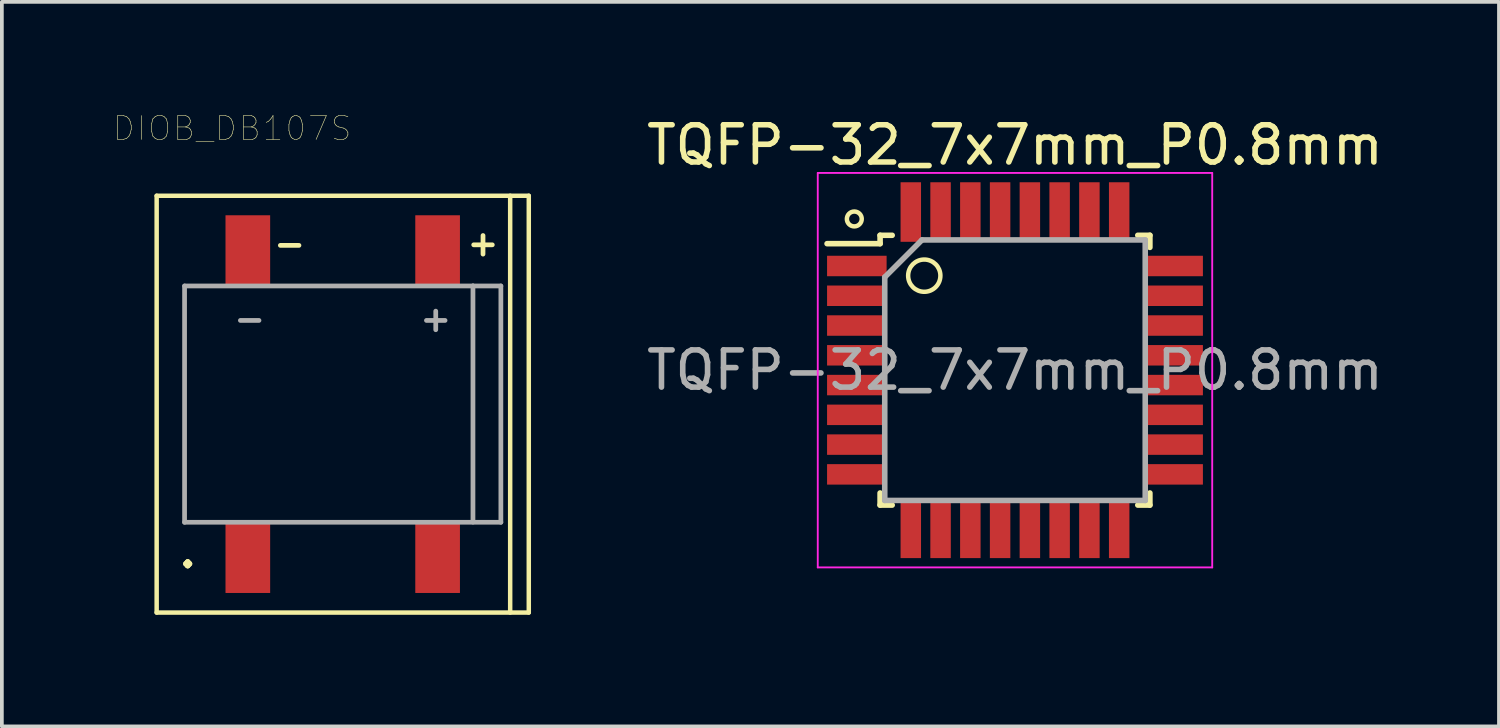
<source format=kicad_pcb>
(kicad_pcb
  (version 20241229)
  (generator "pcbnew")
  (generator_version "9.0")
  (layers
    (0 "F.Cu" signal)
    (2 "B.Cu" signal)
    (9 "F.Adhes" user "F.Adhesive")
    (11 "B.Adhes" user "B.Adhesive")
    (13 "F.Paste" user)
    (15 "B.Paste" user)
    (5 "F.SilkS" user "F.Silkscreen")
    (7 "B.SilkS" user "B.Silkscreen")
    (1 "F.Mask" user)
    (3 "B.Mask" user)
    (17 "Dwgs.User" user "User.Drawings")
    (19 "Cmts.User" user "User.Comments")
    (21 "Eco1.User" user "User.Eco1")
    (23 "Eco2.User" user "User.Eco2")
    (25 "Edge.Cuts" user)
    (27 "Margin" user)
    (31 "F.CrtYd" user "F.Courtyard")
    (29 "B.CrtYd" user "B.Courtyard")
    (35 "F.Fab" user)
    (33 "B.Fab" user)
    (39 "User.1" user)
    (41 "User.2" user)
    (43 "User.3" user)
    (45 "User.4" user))
  (footprint "TQFP-32_7x7mm_P0.8mm"
    (layer "F.Cu")
    (at 24.226 6.898)
    (property "Reference" "TQFP-32_7x7mm_P0.8mm" (at 0 -6.05 0) (layer "F.SilkS") (effects (font (size 1 1) (thickness 0.15))))
    (attr smd)
    (fp_line (start -3.625 -3.625) (end -3.625 -3.4) (stroke (width 0.15) (type solid)) (layer "F.SilkS"))
    (fp_line (start -3.625 -3.625) (end -3.3 -3.625) (stroke (width 0.15) (type solid)) (layer "F.SilkS"))
    (fp_line (start -3.625 -3.4) (end -5.05 -3.4) (stroke (width 0.15) (type solid)) (layer "F.SilkS"))
    (fp_line (start -3.625 3.625) (end -3.625 3.3) (stroke (width 0.15) (type solid)) (layer "F.SilkS"))
    (fp_line (start -3.625 3.625) (end -3.3 3.625) (stroke (width 0.15) (type solid)) (layer "F.SilkS"))
    (fp_line (start 3.625 -3.625) (end 3.3 -3.625) (stroke (width 0.15) (type solid)) (layer "F.SilkS"))
    (fp_line (start 3.625 -3.625) (end 3.625 -3.3) (stroke (width 0.15) (type solid)) (layer "F.SilkS"))
    (fp_line (start 3.625 3.625) (end 3.3 3.625) (stroke (width 0.15) (type solid)) (layer "F.SilkS"))
    (fp_line (start 3.625 3.625) (end 3.625 3.3) (stroke (width 0.15) (type solid)) (layer "F.SilkS"))
    (fp_circle (center -4.318 -4.064) (end -4.118 -4.064) (stroke (width 0.12) (type solid)) (fill no) (layer "F.SilkS"))
    (fp_circle (center -2.438 -2.54) (end -2.032 -2.692) (stroke (width 0.12) (type solid)) (fill no) (layer "F.SilkS"))
    (fp_line (start -5.3 -5.3) (end -5.3 5.3) (stroke (width 0.05) (type solid)) (layer "F.CrtYd"))
    (fp_line (start -5.3 -5.3) (end 5.3 -5.3) (stroke (width 0.05) (type solid)) (layer "F.CrtYd"))
    (fp_line (start -5.3 5.3) (end 5.3 5.3) (stroke (width 0.05) (type solid)) (layer "F.CrtYd"))
    (fp_line (start 5.3 -5.3) (end 5.3 5.3) (stroke (width 0.05) (type solid)) (layer "F.CrtYd"))
    (fp_line (start -3.5 -2.5) (end -2.5 -3.5) (stroke (width 0.15) (type solid)) (layer "F.Fab"))
    (fp_line (start -3.5 3.5) (end -3.5 -2.5) (stroke (width 0.15) (type solid)) (layer "F.Fab"))
    (fp_line (start -2.5 -3.5) (end 3.5 -3.5) (stroke (width 0.15) (type solid)) (layer "F.Fab"))
    (fp_line (start 3.5 -3.5) (end 3.5 3.5) (stroke (width 0.15) (type solid)) (layer "F.Fab"))
    (fp_line (start 3.5 3.5) (end -3.5 3.5) (stroke (width 0.15) (type solid)) (layer "F.Fab"))
    (fp_text user "${REFERENCE}" (at 0 0 0) (layer "F.Fab") (effects (font (size 1 1) (thickness 0.15))))
    (pad "1" smd rect (at -4.25 -2.8) (size 1.6 0.55) (layers "F.Cu" "F.Mask" "F.Paste"))
    (pad "2" smd rect (at -4.25 -2) (size 1.6 0.55) (layers "F.Cu" "F.Mask" "F.Paste"))
    (pad "3" smd rect (at -4.25 -1.2) (size 1.6 0.55) (layers "F.Cu" "F.Mask" "F.Paste"))
    (pad "4" smd rect (at -4.25 -0.4) (size 1.6 0.55) (layers "F.Cu" "F.Mask" "F.Paste"))
    (pad "5" smd rect (at -4.25 0.4) (size 1.6 0.55) (layers "F.Cu" "F.Mask" "F.Paste"))
    (pad "6" smd rect (at -4.25 1.2) (size 1.6 0.55) (layers "F.Cu" "F.Mask" "F.Paste"))
    (pad "7" smd rect (at -4.25 2) (size 1.6 0.55) (layers "F.Cu" "F.Mask" "F.Paste"))
    (pad "8" smd rect (at -4.25 2.8) (size 1.6 0.55) (layers "F.Cu" "F.Mask" "F.Paste"))
    (pad "9" smd rect (at -2.8 4.25 90) (size 1.6 0.55) (layers "F.Cu" "F.Mask" "F.Paste"))
    (pad "10" smd rect (at -2 4.25 90) (size 1.6 0.55) (layers "F.Cu" "F.Mask" "F.Paste"))
    (pad "11" smd rect (at -1.2 4.25 90) (size 1.6 0.55) (layers "F.Cu" "F.Mask" "F.Paste"))
    (pad "12" smd rect (at -0.4 4.25 90) (size 1.6 0.55) (layers "F.Cu" "F.Mask" "F.Paste"))
    (pad "13" smd rect (at 0.4 4.25 90) (size 1.6 0.55) (layers "F.Cu" "F.Mask" "F.Paste"))
    (pad "14" smd rect (at 1.2 4.25 90) (size 1.6 0.55) (layers "F.Cu" "F.Mask" "F.Paste"))
    (pad "15" smd rect (at 2 4.25 90) (size 1.6 0.55) (layers "F.Cu" "F.Mask" "F.Paste"))
    (pad "16" smd rect (at 2.8 4.25 90) (size 1.6 0.55) (layers "F.Cu" "F.Mask" "F.Paste"))
    (pad "17" smd rect (at 4.25 2.8) (size 1.6 0.55) (layers "F.Cu" "F.Mask" "F.Paste"))
    (pad "18" smd rect (at 4.25 2) (size 1.6 0.55) (layers "F.Cu" "F.Mask" "F.Paste"))
    (pad "19" smd rect (at 4.25 1.2) (size 1.6 0.55) (layers "F.Cu" "F.Mask" "F.Paste"))
    (pad "20" smd rect (at 4.25 0.4) (size 1.6 0.55) (layers "F.Cu" "F.Mask" "F.Paste"))
    (pad "21" smd rect (at 4.25 -0.4) (size 1.6 0.55) (layers "F.Cu" "F.Mask" "F.Paste"))
    (pad "22" smd rect (at 4.25 -1.2) (size 1.6 0.55) (layers "F.Cu" "F.Mask" "F.Paste"))
    (pad "23" smd rect (at 4.25 -2) (size 1.6 0.55) (layers "F.Cu" "F.Mask" "F.Paste"))
    (pad "24" smd rect (at 4.25 -2.8) (size 1.6 0.55) (layers "F.Cu" "F.Mask" "F.Paste"))
    (pad "25" smd rect (at 2.8 -4.25 90) (size 1.6 0.55) (layers "F.Cu" "F.Mask" "F.Paste"))
    (pad "26" smd rect (at 2 -4.25 90) (size 1.6 0.55) (layers "F.Cu" "F.Mask" "F.Paste"))
    (pad "27" smd rect (at 1.2 -4.25 90) (size 1.6 0.55) (layers "F.Cu" "F.Mask" "F.Paste"))
    (pad "28" smd rect (at 0.4 -4.25 90) (size 1.6 0.55) (layers "F.Cu" "F.Mask" "F.Paste"))
    (pad "29" smd rect (at -0.4 -4.25 90) (size 1.6 0.55) (layers "F.Cu" "F.Mask" "F.Paste"))
    (pad "30" smd rect (at -1.2 -4.25 90) (size 1.6 0.55) (layers "F.Cu" "F.Mask" "F.Paste"))
    (pad "31" smd rect (at -2 -4.25 90) (size 1.6 0.55) (layers "F.Cu" "F.Mask" "F.Paste"))
    (pad "32" smd rect (at -2.8 -4.25 90) (size 1.6 0.55) (layers "F.Cu" "F.Mask" "F.Paste")))
  (footprint "DIOB_DB107S"
    (layer "F.Cu")
    (at 6.16 7.811)
    (property "Reference" "DIOB_DB107S" (at -2.97 -7.41 0) (layer "F.SilkS") (effects (font (size 0.64 0.64) (thickness 0.015))))
    (attr through_hole)
    (fp_line (start -5 -5.6) (end 5 -5.6) (stroke (width 0.12) (type solid)) (layer "F.SilkS"))
    (fp_line (start -5 5.6) (end -5 -5.6) (stroke (width 0.12) (type solid)) (layer "F.SilkS"))
    (fp_line (start -1.676 -4.267) (end -1.176 -4.267) (stroke (width 0.127) (type solid)) (layer "F.SilkS"))
    (fp_line (start 3.52 -4.282) (end 4.02 -4.282) (stroke (width 0.127) (type solid)) (layer "F.SilkS"))
    (fp_line (start 3.77 -4.532) (end 3.77 -4.032) (stroke (width 0.127) (type solid)) (layer "F.SilkS"))
    (fp_line (start 4.5 -5.6) (end 4.5 5.6) (stroke (width 0.12) (type solid)) (layer "F.SilkS"))
    (fp_line (start 5 -5.6) (end 5 5.6) (stroke (width 0.12) (type solid)) (layer "F.SilkS"))
    (fp_line (start 5 5.6) (end -5 5.6) (stroke (width 0.12) (type solid)) (layer "F.SilkS"))
    (fp_line (start -4.25 -3.176) (end -4.25 3.174) (stroke (width 0.127) (type solid)) (layer "F.Fab"))
    (fp_line (start -4.25 3.174) (end 4.25 3.174) (stroke (width 0.127) (type solid)) (layer "F.Fab"))
    (fp_line (start -2.75 -2.25) (end -2.25 -2.25) (stroke (width 0.127) (type solid)) (layer "F.Fab"))
    (fp_line (start 2.25 -2.25) (end 2.75 -2.25) (stroke (width 0.127) (type solid)) (layer "F.Fab"))
    (fp_line (start 2.5 -2.5) (end 2.5 -2) (stroke (width 0.127) (type solid)) (layer "F.Fab"))
    (fp_line (start 3.5 -3.176) (end -4.25 -3.176) (stroke (width 0.127) (type solid)) (layer "F.Fab"))
    (fp_line (start 3.5 -3.176) (end 3.5 3.17) (stroke (width 0.127) (type solid)) (layer "F.Fab"))
    (fp_line (start 4.25 -3.176) (end 3.5 -3.176) (stroke (width 0.127) (type solid)) (layer "F.Fab"))
    (fp_line (start 4.25 3.174) (end 4.25 -3.176) (stroke (width 0.127) (type solid)) (layer "F.Fab"))
    (fp_text user "·" (at -4.166 4.216 0) (layer "F.SilkS") (effects (font (size 1 1) (thickness 0.15))))
    (pad "+" smd rect (at 2.55 -4.126) (size 1.2 1.9) (layers "F.Cu" "F.Mask" "F.Paste"))
    (pad "-" smd rect (at -2.55 -4.126) (size 1.2 1.9) (layers "F.Cu" "F.Mask" "F.Paste"))
    (pad "~" smd rect (at 2.55 4.124) (size 1.2 1.9) (layers "F.Cu" "F.Mask" "F.Paste"))
    (pad "~." smd rect (at -2.55 4.124) (size 1.2 1.9) (layers "F.Cu" "F.Mask" "F.Paste")))
  (gr_rect
    (start -3 -3)
    (end 37.232 16.471)
    (stroke (width 0.1) (type default))
    (fill no)
    (layer "Edge.Cuts")))
</source>
